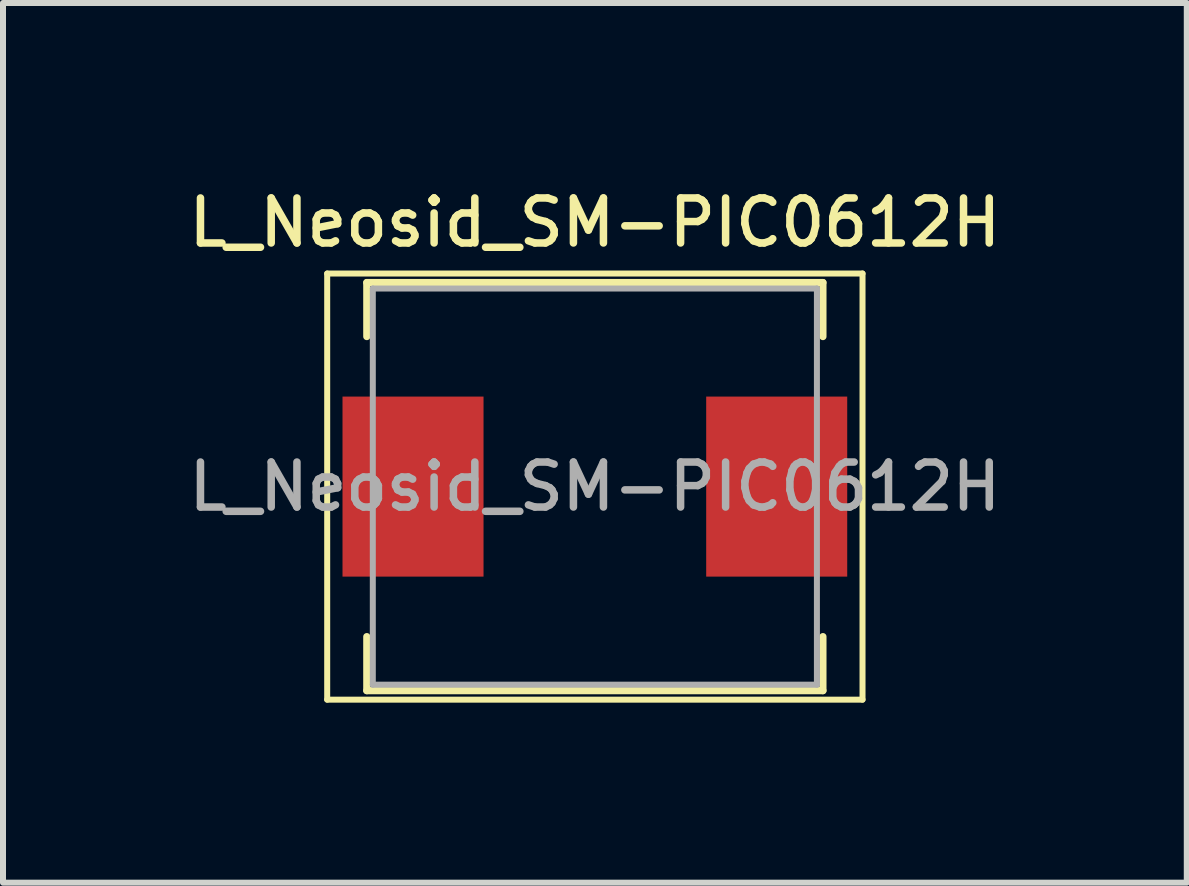
<source format=kicad_pcb>
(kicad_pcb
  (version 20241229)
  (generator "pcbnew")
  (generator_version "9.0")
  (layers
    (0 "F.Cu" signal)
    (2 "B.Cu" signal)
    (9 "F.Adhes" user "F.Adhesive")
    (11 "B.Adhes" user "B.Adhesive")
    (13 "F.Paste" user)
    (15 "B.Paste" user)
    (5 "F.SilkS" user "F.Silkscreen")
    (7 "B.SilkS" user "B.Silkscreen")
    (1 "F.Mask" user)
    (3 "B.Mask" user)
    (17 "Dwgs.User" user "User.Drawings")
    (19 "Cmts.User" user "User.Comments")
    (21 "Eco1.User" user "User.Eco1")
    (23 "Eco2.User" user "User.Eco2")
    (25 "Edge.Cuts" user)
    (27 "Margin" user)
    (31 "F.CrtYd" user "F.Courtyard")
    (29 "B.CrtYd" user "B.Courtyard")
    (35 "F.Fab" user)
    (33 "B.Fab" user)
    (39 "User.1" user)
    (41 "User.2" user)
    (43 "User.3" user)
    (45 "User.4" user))
  (footprint "L_Neosid_SM-PIC0612H"
    (layer "F.Cu")
    (at 6.862 5.058)
    (property "Reference" "L_Neosid_SM-PIC0612H" (at 0 -4.4 0) (layer "F.SilkS") (effects (font (size 0.75 0.75) (thickness 0.125))))
    (attr smd)
    (fp_line (start -4.46 -3.55) (end -4.46 3.55) (stroke (width 0.1) (type solid)) (layer "F.SilkS"))
    (fp_line (start -4.46 -3.55) (end 4.46 -3.55) (stroke (width 0.1) (type solid)) (layer "F.SilkS"))
    (fp_line (start -3.8 -3.4) (end -3.8 -2.5) (stroke (width 0.12) (type solid)) (layer "F.SilkS"))
    (fp_line (start -3.8 2.5) (end -3.8 3.4) (stroke (width 0.12) (type solid)) (layer "F.SilkS"))
    (fp_line (start -3.8 3.4) (end 3.8 3.4) (stroke (width 0.12) (type solid)) (layer "F.SilkS"))
    (fp_line (start 3.8 -3.4) (end -3.8 -3.4) (stroke (width 0.12) (type solid)) (layer "F.SilkS"))
    (fp_line (start 3.8 -2.5) (end 3.8 -3.4) (stroke (width 0.12) (type solid)) (layer "F.SilkS"))
    (fp_line (start 3.8 3.4) (end 3.8 2.5) (stroke (width 0.12) (type solid)) (layer "F.SilkS"))
    (fp_line (start 4.46 3.55) (end -4.46 3.55) (stroke (width 0.1) (type solid)) (layer "F.SilkS"))
    (fp_line (start 4.46 3.55) (end 4.46 -3.55) (stroke (width 0.1) (type solid)) (layer "F.SilkS"))
    (fp_line (start -3.7 -3.3) (end 3.7 -3.3) (stroke (width 0.1) (type solid)) (layer "F.Fab"))
    (fp_line (start -3.7 3.3) (end -3.7 -3.3) (stroke (width 0.1) (type solid)) (layer "F.Fab"))
    (fp_line (start 3.7 -3.3) (end 3.7 3.3) (stroke (width 0.1) (type solid)) (layer "F.Fab"))
    (fp_line (start 3.7 3.3) (end -3.7 3.3) (stroke (width 0.1) (type solid)) (layer "F.Fab"))
    (fp_text user "${REFERENCE}" (at 0 0 0) (layer "F.Fab") (effects (font (size 0.75 0.75) (thickness 0.125))))
    (pad "1" smd rect (at -3.03 0) (size 2.35 3) (layers "F.Cu" "F.Mask" "F.Paste"))
    (pad "2" smd rect (at 3.03 0) (size 2.35 3) (layers "F.Cu" "F.Mask" "F.Paste")))
  (gr_rect
    (start -3 -3)
    (end 16.725 11.658)
    (stroke (width 0.1) (type default))
    (fill no)
    (layer "Edge.Cuts")))
</source>
